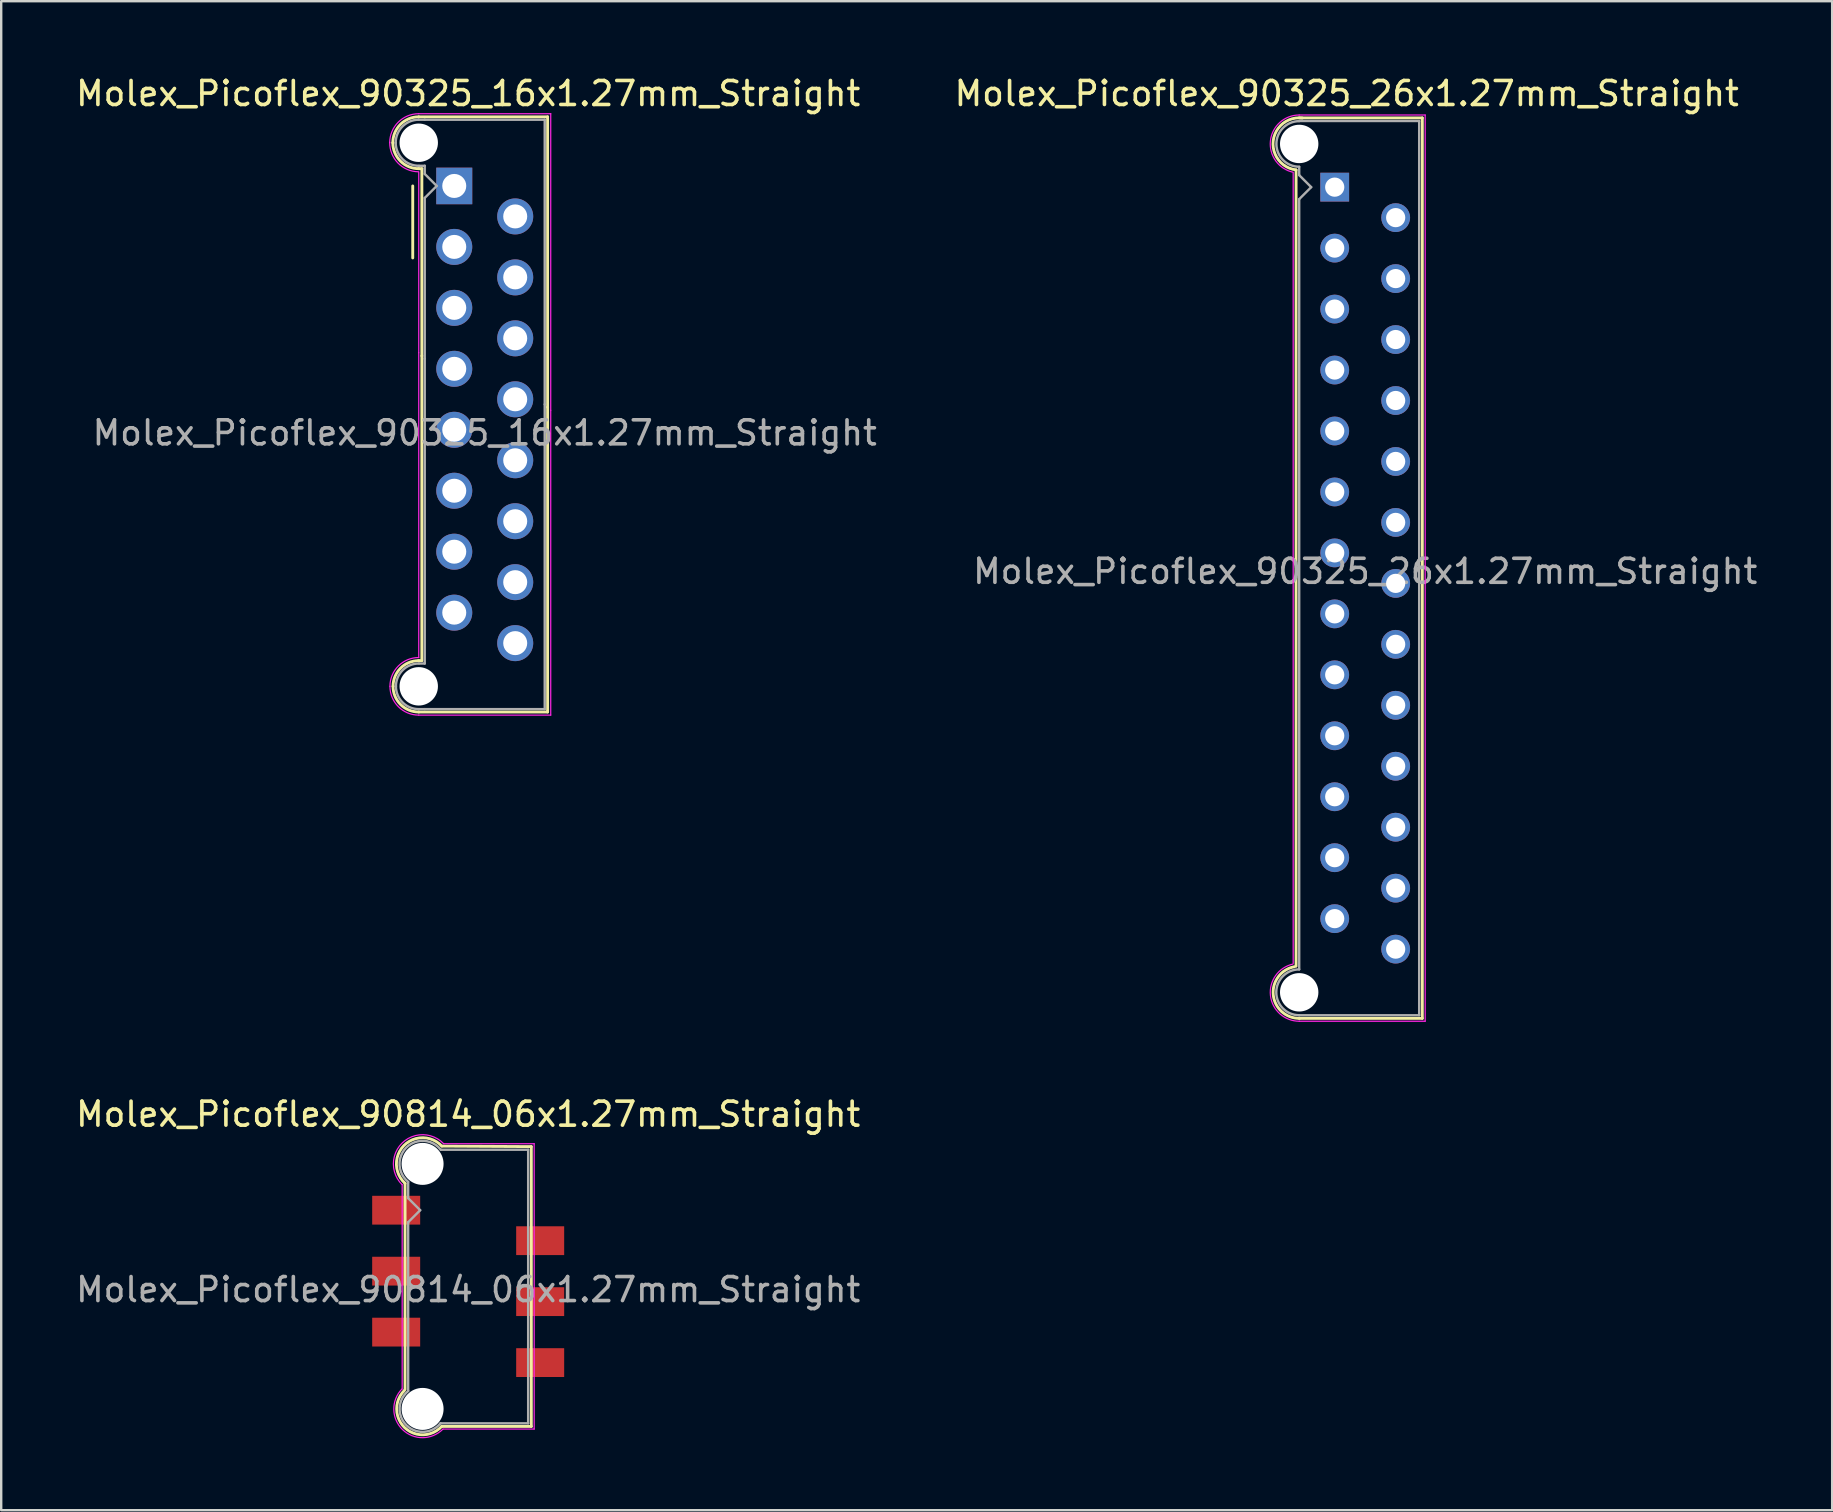
<source format=kicad_pcb>
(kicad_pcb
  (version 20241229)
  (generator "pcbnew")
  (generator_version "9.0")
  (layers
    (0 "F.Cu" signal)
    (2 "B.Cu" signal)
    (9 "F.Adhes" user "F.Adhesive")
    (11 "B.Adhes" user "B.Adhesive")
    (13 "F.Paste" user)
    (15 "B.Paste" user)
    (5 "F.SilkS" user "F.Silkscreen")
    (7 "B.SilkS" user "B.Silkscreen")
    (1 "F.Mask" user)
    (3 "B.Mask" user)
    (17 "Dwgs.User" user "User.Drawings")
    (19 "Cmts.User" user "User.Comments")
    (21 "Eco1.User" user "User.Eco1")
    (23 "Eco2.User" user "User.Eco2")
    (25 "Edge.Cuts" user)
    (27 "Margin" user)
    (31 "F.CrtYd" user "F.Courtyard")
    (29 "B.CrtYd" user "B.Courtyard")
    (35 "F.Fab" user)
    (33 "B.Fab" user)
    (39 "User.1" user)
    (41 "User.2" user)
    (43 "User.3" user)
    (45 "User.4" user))
  (footprint "Molex_Picoflex_90325_26x1.27mm_Straight"
    (layer "F.Cu")
    (at 52.565 4.748)
    (property "Reference" "Molex_Picoflex_90325_26x1.27mm_Straight" (at 0.5 -3.9 0) (layer "F.SilkS") (effects (font (size 1 1) (thickness 0.15))))
    (attr through_hole)
    (fp_line (start -1.61 -0.715) (end -1.61 32.465) (stroke (width 0.12) (type solid)) (layer "F.SilkS"))
    (fp_line (start -1.48 -2.885) (end 3.65 -2.885) (stroke (width 0.12) (type solid)) (layer "F.SilkS"))
    (fp_line (start 3.65 -2.885) (end 3.65 34.635) (stroke (width 0.12) (type solid)) (layer "F.SilkS"))
    (fp_line (start 3.65 34.635) (end -1.48 34.635) (stroke (width 0.12) (type solid)) (layer "F.SilkS"))
    (fp_arc (start -1.61 -0.72) (mid -2.56 -1.93) (end -1.35 -2.88) (stroke (width 0.12) (type solid)) (layer "F.SilkS"))
    (fp_arc (start -1.47 34.635) (mid -2.56 33.654526) (end -1.678256 32.48322) (stroke (width 0.12) (type solid)) (layer "F.SilkS"))
    (fp_line (start -1.73 -0.595) (end -1.73 32.345) (stroke (width 0.05) (type solid)) (layer "F.CrtYd"))
    (fp_line (start -1.48 -3.005) (end 3.77 -3.005) (stroke (width 0.05) (type solid)) (layer "F.CrtYd"))
    (fp_line (start 3.77 -3.005) (end 3.77 34.755) (stroke (width 0.05) (type solid)) (layer "F.CrtYd"))
    (fp_line (start 3.77 34.755) (end -1.48 34.755) (stroke (width 0.05) (type solid)) (layer "F.CrtYd"))
    (fp_arc (start -1.73 -0.62) (mid -2.679668 -1.925287) (end -1.480799 -3.006192) (stroke (width 0.05) (type solid)) (layer "F.CrtYd"))
    (fp_arc (start -1.47 34.755) (mid -2.677354 33.685902) (end -1.740315 32.373411) (stroke (width 0.05) (type solid)) (layer "F.CrtYd"))
    (fp_line (start -1.48 -2.755) (end 3.52 -2.755) (stroke (width 0.1) (type solid)) (layer "F.Fab"))
    (fp_line (start -1.48 -0.845) (end -1.48 -0.5) (stroke (width 0.1) (type solid)) (layer "F.Fab"))
    (fp_line (start -1.48 -0.5) (end -0.98 0) (stroke (width 0.1) (type solid)) (layer "F.Fab"))
    (fp_line (start -1.48 0.5) (end -1.48 32.595) (stroke (width 0.1) (type solid)) (layer "F.Fab"))
    (fp_line (start -0.98 0) (end -1.48 0.5) (stroke (width 0.1) (type solid)) (layer "F.Fab"))
    (fp_line (start 3.52 -2.755) (end 3.52 34.505) (stroke (width 0.1) (type solid)) (layer "F.Fab"))
    (fp_line (start 3.52 34.505) (end -1.48 34.505) (stroke (width 0.1) (type solid)) (layer "F.Fab"))
    (fp_arc (start -1.48 -0.85) (mid -2.43 -1.8) (end -1.48 -2.75) (stroke (width 0.1) (type solid)) (layer "F.Fab"))
    (fp_arc (start -1.48 34.505) (mid -2.435 33.55) (end -1.48 32.595) (stroke (width 0.1) (type solid)) (layer "F.Fab"))
    (fp_text user "${REFERENCE}" (at 1.27 16.01 0) (layer "F.Fab") (effects (font (size 1 1) (thickness 0.15))))
    (pad "" np_thru_hole circle (at -1.48 -1.8) (size 1.6 1.6) (drill 1.6) (layers "*.Cu"))
    (pad "" np_thru_hole circle (at -1.48 33.55) (size 1.6 1.6) (drill 1.6) (layers "*.Cu"))
    (pad "1" thru_hole rect (at 0 0) (size 1.2 1.2) (drill 0.8) (layers "*.Cu" "*.Mask"))
    (pad "2" thru_hole circle (at 2.54 1.27) (size 1.2 1.2) (drill 0.8) (layers "*.Cu" "*.Mask"))
    (pad "3" thru_hole circle (at 0 2.54) (size 1.2 1.2) (drill 0.8) (layers "*.Cu" "*.Mask"))
    (pad "4" thru_hole circle (at 2.54 3.81) (size 1.2 1.2) (drill 0.8) (layers "*.Cu" "*.Mask"))
    (pad "5" thru_hole circle (at 0 5.08) (size 1.2 1.2) (drill 0.8) (layers "*.Cu" "*.Mask"))
    (pad "6" thru_hole circle (at 2.54 6.35) (size 1.2 1.2) (drill 0.8) (layers "*.Cu" "*.Mask"))
    (pad "7" thru_hole circle (at 0 7.62) (size 1.2 1.2) (drill 0.8) (layers "*.Cu" "*.Mask"))
    (pad "8" thru_hole circle (at 2.54 8.89) (size 1.2 1.2) (drill 0.8) (layers "*.Cu" "*.Mask"))
    (pad "9" thru_hole circle (at 0 10.16) (size 1.2 1.2) (drill 0.8) (layers "*.Cu" "*.Mask"))
    (pad "10" thru_hole circle (at 2.54 11.43) (size 1.2 1.2) (drill 0.8) (layers "*.Cu" "*.Mask"))
    (pad "11" thru_hole circle (at 0 12.7) (size 1.2 1.2) (drill 0.8) (layers "*.Cu" "*.Mask"))
    (pad "12" thru_hole circle (at 2.54 13.97) (size 1.2 1.2) (drill 0.8) (layers "*.Cu" "*.Mask"))
    (pad "13" thru_hole circle (at 0 15.24) (size 1.2 1.2) (drill 0.8) (layers "*.Cu" "*.Mask"))
    (pad "14" thru_hole circle (at 2.54 16.51) (size 1.2 1.2) (drill 0.8) (layers "*.Cu" "*.Mask"))
    (pad "15" thru_hole circle (at 0 17.78) (size 1.2 1.2) (drill 0.8) (layers "*.Cu" "*.Mask"))
    (pad "16" thru_hole circle (at 2.54 19.05) (size 1.2 1.2) (drill 0.8) (layers "*.Cu" "*.Mask"))
    (pad "17" thru_hole circle (at 0 20.32) (size 1.2 1.2) (drill 0.8) (layers "*.Cu" "*.Mask"))
    (pad "18" thru_hole circle (at 2.54 21.59) (size 1.2 1.2) (drill 0.8) (layers "*.Cu" "*.Mask"))
    (pad "19" thru_hole circle (at 0 22.86) (size 1.2 1.2) (drill 0.8) (layers "*.Cu" "*.Mask"))
    (pad "20" thru_hole circle (at 2.54 24.13) (size 1.2 1.2) (drill 0.8) (layers "*.Cu" "*.Mask"))
    (pad "21" thru_hole circle (at 0 25.4) (size 1.2 1.2) (drill 0.8) (layers "*.Cu" "*.Mask"))
    (pad "22" thru_hole circle (at 2.54 26.67) (size 1.2 1.2) (drill 0.8) (layers "*.Cu" "*.Mask"))
    (pad "23" thru_hole circle (at 0 27.94) (size 1.2 1.2) (drill 0.8) (layers "*.Cu" "*.Mask"))
    (pad "24" thru_hole circle (at 2.54 29.21) (size 1.2 1.2) (drill 0.8) (layers "*.Cu" "*.Mask"))
    (pad "25" thru_hole circle (at 0 30.48) (size 1.2 1.2) (drill 0.8) (layers "*.Cu" "*.Mask"))
    (pad "26" thru_hole circle (at 2.54 31.75) (size 1.2 1.2) (drill 0.8) (layers "*.Cu" "*.Mask")))
  (footprint "Molex_Picoflex_90325_16x1.27mm_Straight"
    (layer "F.Cu")
    (at 15.878 4.698)
    (property "Reference" "Molex_Picoflex_90325_16x1.27mm_Straight" (at 0.58 -3.85 0) (layer "F.SilkS") (effects (font (size 1 1) (thickness 0.15))))
    (attr through_hole)
    (fp_line (start -1.73 0) (end -1.73 3) (stroke (width 0.12) (type solid)) (layer "F.SilkS"))
    (fp_line (start -1.48 -2.88) (end 3.89 -2.88) (stroke (width 0.12) (type solid)) (layer "F.SilkS"))
    (fp_line (start -1.36 19.78) (end -1.49 19.78) (stroke (width 0.12) (type solid)) (layer "F.SilkS"))
    (fp_line (start -1.35 -0.72) (end -1.49 -0.72) (stroke (width 0.12) (type solid)) (layer "F.SilkS"))
    (fp_line (start -1.35 -0.72) (end -1.35 7.08) (stroke (width 0.12) (type solid)) (layer "F.SilkS"))
    (fp_line (start -1.35 7.08) (end -1.35 19.78) (stroke (width 0.12) (type solid)) (layer "F.SilkS"))
    (fp_line (start 3.89 -2.88) (end 3.89 9.22) (stroke (width 0.12) (type solid)) (layer "F.SilkS"))
    (fp_line (start 3.89 9.22) (end 3.89 21.92) (stroke (width 0.12) (type solid)) (layer "F.SilkS"))
    (fp_line (start 3.89 21.92) (end -1.48 21.92) (stroke (width 0.12) (type solid)) (layer "F.SilkS"))
    (fp_arc (start -2.56 -1.8) (mid -2.243675 -2.563675) (end -1.48 -2.88) (stroke (width 0.12) (type solid)) (layer "F.SilkS"))
    (fp_arc (start -2.55 20.85) (mid -2.236604 20.093396) (end -1.48 19.78) (stroke (width 0.12) (type solid)) (layer "F.SilkS"))
    (fp_arc (start -1.48 -0.72) (mid -2.243675 -1.036325) (end -2.56 -1.8) (stroke (width 0.12) (type solid)) (layer "F.SilkS"))
    (fp_arc (start -1.48 21.92) (mid -2.236604 21.606604) (end -2.55 20.85) (stroke (width 0.12) (type solid)) (layer "F.SilkS"))
    (fp_line (start -1.48 -3.01) (end 4.02 -3.01) (stroke (width 0.05) (type solid)) (layer "F.CrtYd"))
    (fp_line (start -1.48 -0.59) (end -1.48 6.95) (stroke (width 0.05) (type solid)) (layer "F.CrtYd"))
    (fp_line (start -1.48 19.65) (end -1.48 6.95) (stroke (width 0.05) (type solid)) (layer "F.CrtYd"))
    (fp_line (start -1.48 22.05) (end 4.02 22.05) (stroke (width 0.05) (type solid)) (layer "F.CrtYd"))
    (fp_line (start 4.02 -3.01) (end 4.02 9.35) (stroke (width 0.05) (type solid)) (layer "F.CrtYd"))
    (fp_line (start 4.02 9.35) (end 4.02 22.05) (stroke (width 0.05) (type solid)) (layer "F.CrtYd"))
    (fp_arc (start -2.69 -1.8) (mid -2.335599 -2.655599) (end -1.48 -3.01) (stroke (width 0.05) (type solid)) (layer "F.CrtYd"))
    (fp_arc (start -2.68 20.85) (mid -2.328528 20.001472) (end -1.48 19.65) (stroke (width 0.05) (type solid)) (layer "F.CrtYd"))
    (fp_arc (start -1.5 -0.59) (mid -2.349741 -0.958543) (end -2.69 -1.82) (stroke (width 0.05) (type solid)) (layer "F.CrtYd"))
    (fp_arc (start -1.48 22.05) (mid -2.328528 21.698528) (end -2.68 20.85) (stroke (width 0.05) (type solid)) (layer "F.CrtYd"))
    (fp_line (start -1.48 -2.76) (end -1.23 -2.76) (stroke (width 0.1) (type solid)) (layer "F.Fab"))
    (fp_line (start -1.23 -2.76) (end 3.77 -2.76) (stroke (width 0.1) (type solid)) (layer "F.Fab"))
    (fp_line (start -1.23 -0.84) (end -1.46 -0.84) (stroke (width 0.1) (type solid)) (layer "F.Fab"))
    (fp_line (start -1.23 -0.5) (end -1.23 -0.84) (stroke (width 0.1) (type solid)) (layer "F.Fab"))
    (fp_line (start -1.23 0.5) (end -1.23 7.2) (stroke (width 0.1) (type solid)) (layer "F.Fab"))
    (fp_line (start -1.23 0.5) (end -0.73 0) (stroke (width 0.1) (type solid)) (layer "F.Fab"))
    (fp_line (start -1.23 7.2) (end -1.23 19.9) (stroke (width 0.1) (type solid)) (layer "F.Fab"))
    (fp_line (start -1.23 19.9) (end -1.46 19.9) (stroke (width 0.1) (type solid)) (layer "F.Fab"))
    (fp_line (start -1.23 21.8) (end -1.48 21.8) (stroke (width 0.1) (type solid)) (layer "F.Fab"))
    (fp_line (start -0.73 0) (end -1.23 -0.5) (stroke (width 0.1) (type solid)) (layer "F.Fab"))
    (fp_line (start 3.77 -2.76) (end 3.77 9.1) (stroke (width 0.1) (type solid)) (layer "F.Fab"))
    (fp_line (start 3.77 9.1) (end 3.77 21.8) (stroke (width 0.1) (type solid)) (layer "F.Fab"))
    (fp_line (start 3.77 21.8) (end -1.23 21.8) (stroke (width 0.1) (type solid)) (layer "F.Fab"))
    (fp_arc (start -2.44 -1.79) (mid -2.165894 -2.471751) (end -1.49 -2.76) (stroke (width 0.1) (type solid)) (layer "F.Fab"))
    (fp_arc (start -2.43 20.85) (mid -2.151751 20.178249) (end -1.48 19.9) (stroke (width 0.1) (type solid)) (layer "F.Fab"))
    (fp_arc (start -1.49 21.8) (mid -2.158823 21.51468) (end -2.43 20.84) (stroke (width 0.1) (type solid)) (layer "F.Fab"))
    (fp_arc (start -1.48 -0.84) (mid -2.158823 -1.121177) (end -2.44 -1.8) (stroke (width 0.1) (type solid)) (layer "F.Fab"))
    (fp_text user "${REFERENCE}" (at 1.27 10.29 0) (layer "F.Fab") (effects (font (size 1 1) (thickness 0.15))))
    (pad "" np_thru_hole circle (at -1.48 -1.8) (size 1.6 1.6) (drill 1.6) (layers "*.Cu" "*.Mask"))
    (pad "" np_thru_hole circle (at -1.48 20.85) (size 1.6 1.6) (drill 1.6) (layers "*.Cu" "*.Mask"))
    (pad "1" thru_hole rect (at 0 0) (size 1.5 1.524) (drill 1) (layers "*.Cu" "*.Mask"))
    (pad "2" thru_hole circle (at 2.54 1.27) (size 1.5 1.5) (drill 1) (layers "*.Cu" "*.Mask"))
    (pad "3" thru_hole circle (at 0 2.54) (size 1.5 1.5) (drill 1) (layers "*.Cu" "*.Mask"))
    (pad "4" thru_hole circle (at 2.54 3.81) (size 1.5 1.5) (drill 1) (layers "*.Cu" "*.Mask"))
    (pad "5" thru_hole circle (at 0 5.08) (size 1.5 1.5) (drill 1) (layers "*.Cu" "*.Mask"))
    (pad "6" thru_hole circle (at 2.54 6.35) (size 1.5 1.5) (drill 1) (layers "*.Cu" "*.Mask"))
    (pad "7" thru_hole circle (at 0 7.62) (size 1.5 1.5) (drill 1) (layers "*.Cu" "*.Mask"))
    (pad "8" thru_hole circle (at 2.54 8.89) (size 1.5 1.5) (drill 1) (layers "*.Cu" "*.Mask"))
    (pad "9" thru_hole circle (at 0 10.16) (size 1.5 1.5) (drill 1) (layers "*.Cu" "*.Mask"))
    (pad "10" thru_hole circle (at 2.54 11.43) (size 1.5 1.5) (drill 1) (layers "*.Cu" "*.Mask"))
    (pad "11" thru_hole circle (at 0 12.7) (size 1.5 1.5) (drill 1) (layers "*.Cu" "*.Mask"))
    (pad "12" thru_hole circle (at 2.54 13.97) (size 1.5 1.5) (drill 1) (layers "*.Cu" "*.Mask"))
    (pad "13" thru_hole circle (at 0 15.24) (size 1.5 1.5) (drill 1) (layers "*.Cu" "*.Mask"))
    (pad "14" thru_hole circle (at 2.54 16.51) (size 1.5 1.5) (drill 1) (layers "*.Cu" "*.Mask"))
    (pad "15" thru_hole circle (at 0 17.78) (size 1.5 1.5) (drill 1) (layers "*.Cu" "*.Mask"))
    (pad "16" thru_hole circle (at 2.54 19.05) (size 1.5 1.5) (drill 1) (layers "*.Cu" "*.Mask")))
  (footprint "Molex_Picoflex_90814_06x1.27mm_Straight"
    (layer "F.Cu")
    (at 13.458 47.377)
    (property "Reference" "Molex_Picoflex_90814_06x1.27mm_Straight" (at 3 -4 0) (layer "F.SilkS") (effects (font (size 1 1) (thickness 0.15))))
    (attr smd)
    (fp_line (start 0.37 -1.12) (end 0.37 7.47) (stroke (width 0.12) (type solid)) (layer "F.SilkS"))
    (fp_line (start 1.91 -2.67) (end 5.63 -2.65) (stroke (width 0.12) (type solid)) (layer "F.SilkS"))
    (fp_line (start 5.63 -2.65) (end 5.63 9.01) (stroke (width 0.12) (type solid)) (layer "F.SilkS"))
    (fp_line (start 5.63 9.01) (end 1.9 9.01) (stroke (width 0.12) (type solid)) (layer "F.SilkS"))
    (fp_arc (start 0.37 -1.12) (mid 0.323949 -2.695992) (end 1.900408 -2.670505) (stroke (width 0.12) (type solid)) (layer "F.SilkS"))
    (fp_arc (start 1.9 9.005) (mid 0.352266 9.058793) (end 0.34306 7.510151) (stroke (width 0.12) (type solid)) (layer "F.SilkS"))
    (fp_line (start 0.25 -1.07) (end 0.25 7.46) (stroke (width 0.05) (type solid)) (layer "F.CrtYd"))
    (fp_line (start 1.98 -2.77) (end 5.75 -2.77) (stroke (width 0.05) (type solid)) (layer "F.CrtYd"))
    (fp_line (start 5.75 -2.77) (end 5.75 9.12) (stroke (width 0.05) (type solid)) (layer "F.CrtYd"))
    (fp_line (start 5.75 9.12) (end 1.95 9.12) (stroke (width 0.05) (type solid)) (layer "F.CrtYd"))
    (fp_arc (start 0.25 -1.06) (mid 0.244967 -2.795054) (end 1.979845 -2.769805) (stroke (width 0.05) (type solid)) (layer "F.CrtYd"))
    (fp_arc (start 1.95 9.12) (mid 0.263717 9.133657) (end 0.242702 7.44745) (stroke (width 0.05) (type solid)) (layer "F.CrtYd"))
    (fp_line (start 0.5 -1.17) (end 0.5 -0.5) (stroke (width 0.1) (type solid)) (layer "F.Fab"))
    (fp_line (start 0.5 -0.5) (end 1 0) (stroke (width 0.1) (type solid)) (layer "F.Fab"))
    (fp_line (start 0.5 0.5) (end 0.5 7.52) (stroke (width 0.1) (type solid)) (layer "F.Fab"))
    (fp_line (start 1 0) (end 0.5 0.5) (stroke (width 0.1) (type solid)) (layer "F.Fab"))
    (fp_line (start 1.86 -2.52) (end 5.5 -2.52) (stroke (width 0.1) (type solid)) (layer "F.Fab"))
    (fp_line (start 5.5 -2.52) (end 5.5 8.88) (stroke (width 0.1) (type solid)) (layer "F.Fab"))
    (fp_line (start 5.5 8.88) (end 1.85 8.88) (stroke (width 0.1) (type solid)) (layer "F.Fab"))
    (fp_arc (start 0.5 -1.18) (mid 0.422743 -2.611045) (end 1.853335 -2.525807) (stroke (width 0.1) (type solid)) (layer "F.Fab"))
    (fp_arc (start 1.85 8.875) (mid 0.423923 8.957823) (end 0.503068 7.531537) (stroke (width 0.1) (type solid)) (layer "F.Fab"))
    (fp_text user "${REFERENCE}" (at 3 3.31 0) (layer "F.Fab") (effects (font (size 1 1) (thickness 0.15))))
    (pad "" np_thru_hole circle (at 1.1 -1.93) (size 1.75 1.75) (drill 1.75) (layers "*.Cu"))
    (pad "" np_thru_hole circle (at 1.1 8.28) (size 1.75 1.75) (drill 1.75) (layers "*.Cu"))
    (pad "1" smd rect (at 0 0) (size 2 1.2) (layers "F.Cu" "F.Mask" "F.Paste"))
    (pad "2" smd rect (at 6 1.27) (size 2 1.2) (layers "F.Cu" "F.Mask" "F.Paste"))
    (pad "3" smd rect (at 0 2.54) (size 2 1.2) (layers "F.Cu" "F.Mask" "F.Paste"))
    (pad "4" smd rect (at 6 3.81) (size 2 1.2) (layers "F.Cu" "F.Mask" "F.Paste"))
    (pad "5" smd rect (at 0 5.08) (size 2 1.2) (layers "F.Cu" "F.Mask" "F.Paste"))
    (pad "6" smd rect (at 6 6.35) (size 2 1.2) (layers "F.Cu" "F.Mask" "F.Paste")))
  (gr_rect
    (start -3 -3)
    (end 73.293 59.877)
    (stroke (width 0.1) (type default))
    (fill no)
    (layer "Edge.Cuts")))
</source>
